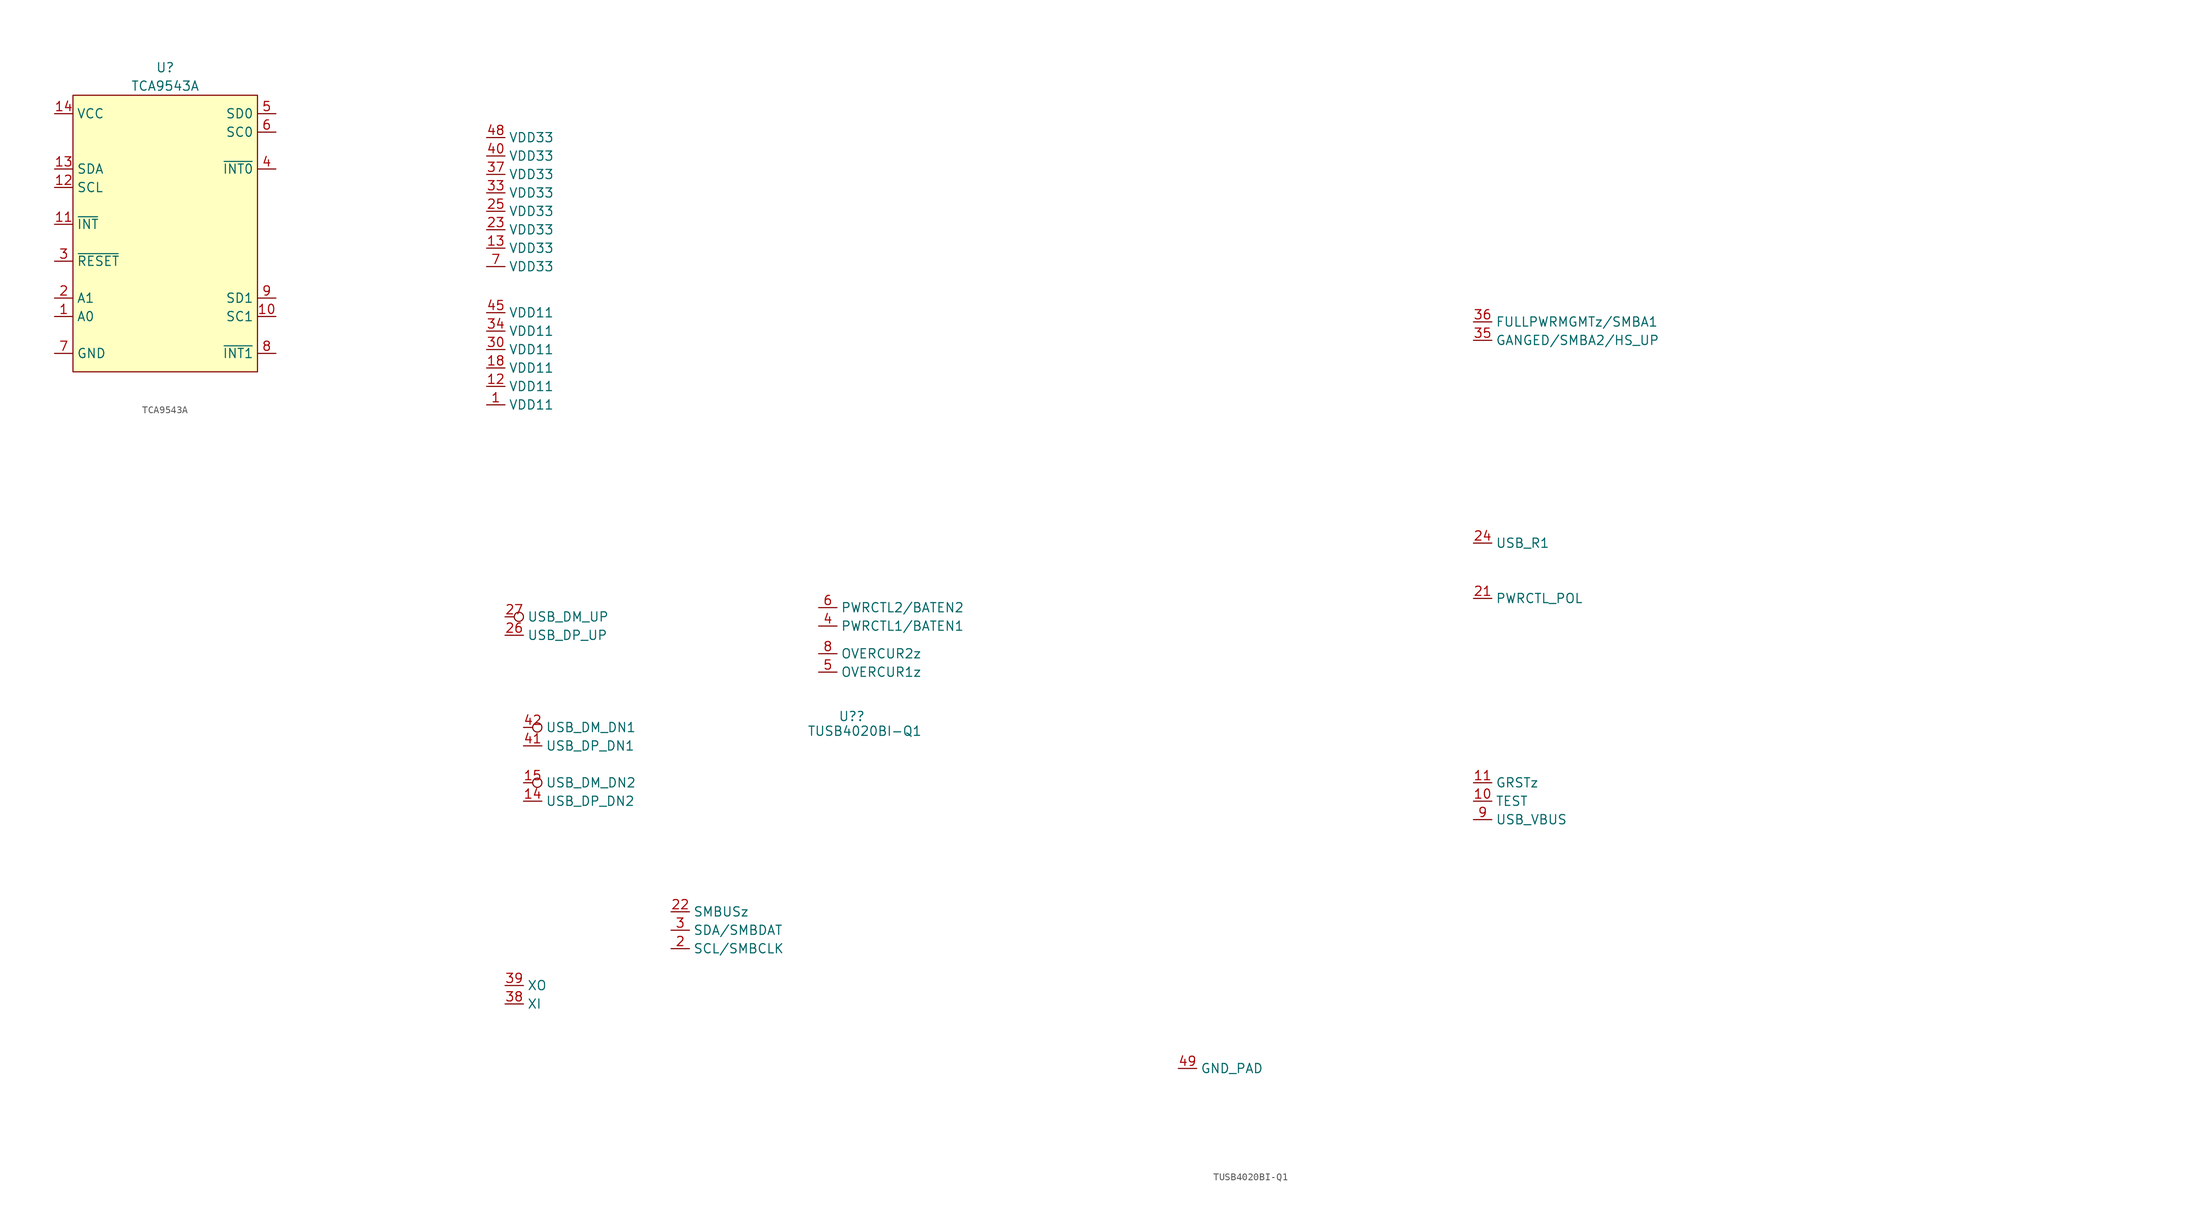
<source format=kicad_sym>
(kicad_symbol_lib
  (version 20241209)
  (generator "kicad_symbol_editor")
  (generator_version "9.0")
  (symbol "TCA9543A"
    (property "Reference" "U"
      (at 0 29.21 0)
      (do_not_autoplace)
      (effects (font (size 1.27 1.27))))
    (property "Value" "TCA9543A"
      (at 0 26.67 0)
      (do_not_autoplace)
      (effects (font (size 1.27 1.27))))
    (symbol "TCA9543A_0_0"
      (pin power_in line (at -15.24 22.86 0) (length 2.54) (name "VCC" (effects (font (size 1.27 1.27)))) (number "14" (effects (font (size 1.27 1.27)))))
      (pin bidirectional line (at -15.24 15.24 0) (length 2.54) (name "SDA" (effects (font (size 1.27 1.27)))) (number "13" (effects (font (size 1.27 1.27)))))
      (pin bidirectional line (at -15.24 12.7 0) (length 2.54) (name "SCL" (effects (font (size 1.27 1.27)))) (number "12" (effects (font (size 1.27 1.27)))))
      (pin output line (at -15.24 7.62 0) (length 2.54) (name "~{INT}" (effects (font (size 1.27 1.27)))) (number "11" (effects (font (size 1.27 1.27)))))
      (pin input line (at -15.24 2.54 0) (length 2.54) (name "~{RESET}" (effects (font (size 1.27 1.27)))) (number "3" (effects (font (size 1.27 1.27)))))
      (pin input line (at -15.24 -2.54 0) (length 2.54) (name "A1" (effects (font (size 1.27 1.27)))) (number "2" (effects (font (size 1.27 1.27)))))
      (pin input line (at -15.24 -5.08 0) (length 2.54) (name "A0" (effects (font (size 1.27 1.27)))) (number "1" (effects (font (size 1.27 1.27)))))
      (pin power_in line (at -15.24 -10.16 0) (length 2.54) (name "GND" (effects (font (size 1.27 1.27)))) (number "7" (effects (font (size 1.27 1.27)))))
      (pin bidirectional line (at 15.24 22.86 180) (length 2.54) (name "SD0" (effects (font (size 1.27 1.27)))) (number "5" (effects (font (size 1.27 1.27)))))
      (pin bidirectional line (at 15.24 20.32 180) (length 2.54) (name "SC0" (effects (font (size 1.27 1.27)))) (number "6" (effects (font (size 1.27 1.27)))))
      (pin input line (at 15.24 15.24 180) (length 2.54) (name "~{INT0}" (effects (font (size 1.27 1.27)))) (number "4" (effects (font (size 1.27 1.27)))))
      (pin bidirectional line (at 15.24 -2.54 180) (length 2.54) (name "SD1" (effects (font (size 1.27 1.27)))) (number "9" (effects (font (size 1.27 1.27)))))
      (pin bidirectional line (at 15.24 -5.08 180) (length 2.54) (name "SC1" (effects (font (size 1.27 1.27)))) (number "10" (effects (font (size 1.27 1.27)))))
      (pin input line (at 15.24 -10.16 180) (length 2.54) (name "~{INT1}" (effects (font (size 1.27 1.27)))) (number "8" (effects (font (size 1.27 1.27))))))
    (symbol "TCA9543A_1_1"
      (rectangle (start -12.7 25.4) (end 12.7 -12.7) (stroke (width 0) (type solid)) (fill (type background)))))
  (symbol "TUSB4020BI-Q1"
    (property "Reference" "U?"
      (at -24.638 18.034 0)
      (effects (font (size 1.27 1.27))))
    (property "Value" "TUSB4020BI-Q1"
      (at -22.86 16.002 0)
      (effects (font (size 1.27 1.27))))
    (symbol "TUSB4020BI-Q1_0_0"
      (pin unspecified line (at -74.93 97.79 0) (length 2.54) (name "VDD33" (effects (font (size 1.27 1.27)))) (number "48" (effects (font (size 1.27 1.27)))))
      (pin power_in line (at -74.93 95.25 0) (length 2.54) (name "VDD33" (effects (font (size 1.27 1.27)))) (number "40" (effects (font (size 1.27 1.27)))))
      (pin power_in line (at -74.93 92.71 0) (length 2.54) (name "VDD33" (effects (font (size 1.27 1.27)))) (number "37" (effects (font (size 1.27 1.27)))))
      (pin power_in line (at -74.93 90.17 0) (length 2.54) (name "VDD33" (effects (font (size 1.27 1.27)))) (number "33" (effects (font (size 1.27 1.27)))))
      (pin power_in line (at -74.93 87.63 0) (length 2.54) (name "VDD33" (effects (font (size 1.27 1.27)))) (number "25" (effects (font (size 1.27 1.27)))))
      (pin power_in line (at -74.93 85.09 0) (length 2.54) (name "VDD33" (effects (font (size 1.27 1.27)))) (number "23" (effects (font (size 1.27 1.27)))))
      (pin power_in line (at -74.93 82.55 0) (length 2.54) (name "VDD33" (effects (font (size 1.27 1.27)))) (number "13" (effects (font (size 1.27 1.27)))))
      (pin power_in line (at -74.93 80.01 0) (length 2.54) (name "VDD33" (effects (font (size 1.27 1.27)))) (number "7" (effects (font (size 1.27 1.27)))))
      (pin power_in line (at -74.93 73.66 0) (length 2.54) (name "VDD11" (effects (font (size 1.27 1.27)))) (number "45" (effects (font (size 1.27 1.27)))))
      (pin power_in line (at -74.93 71.12 0) (length 2.54) (name "VDD11" (effects (font (size 1.27 1.27)))) (number "34" (effects (font (size 1.27 1.27)))))
      (pin power_in line (at -74.93 68.58 0) (length 2.54) (name "VDD11" (effects (font (size 1.27 1.27)))) (number "30" (effects (font (size 1.27 1.27)))))
      (pin power_in line (at -74.93 66.04 0) (length 2.54) (name "VDD11" (effects (font (size 1.27 1.27)))) (number "18" (effects (font (size 1.27 1.27)))))
      (pin power_in line (at -74.93 63.5 0) (length 2.54) (name "VDD11" (effects (font (size 1.27 1.27)))) (number "12" (effects (font (size 1.27 1.27)))))
      (pin power_in line (at -74.93 60.96 0) (length 2.54) (name "VDD11" (effects (font (size 1.27 1.27)))) (number "1" (effects (font (size 1.27 1.27)))))
      (pin bidirectional inverted (at -72.39 31.75 0) (length 2.54) (name "USB_DM_UP" (effects (font (size 1.27 1.27)))) (number "27" (effects (font (size 1.27 1.27)))))
      (pin bidirectional line (at -72.39 29.21 0) (length 2.54) (name "USB_DP_UP" (effects (font (size 1.27 1.27)))) (number "26" (effects (font (size 1.27 1.27)))))
      (pin output line (at -72.39 -19.05 0) (length 2.54) (name "XO" (effects (font (size 1.27 1.27)))) (number "39" (effects (font (size 1.27 1.27)))))
      (pin input line (at -72.39 -21.59 0) (length 2.54) (name "XI" (effects (font (size 1.27 1.27)))) (number "38" (effects (font (size 1.27 1.27)))))
      (pin bidirectional inverted (at -69.85 16.51 0) (length 2.54) (name "USB_DM_DN1" (effects (font (size 1.27 1.27)))) (number "42" (effects (font (size 1.27 1.27)))))
      (pin bidirectional line (at -69.85 13.97 0) (length 2.54) (name "USB_DP_DN1" (effects (font (size 1.27 1.27)))) (number "41" (effects (font (size 1.27 1.27)))))
      (pin bidirectional inverted (at -69.85 8.89 0) (length 2.54) (name "USB_DM_DN2" (effects (font (size 1.27 1.27)))) (number "15" (effects (font (size 1.27 1.27)))))
      (pin bidirectional line (at -69.85 6.35 0) (length 2.54) (name "USB_DP_DN2" (effects (font (size 1.27 1.27)))) (number "14" (effects (font (size 1.27 1.27)))))
      (pin input line (at -49.53 -8.89 0) (length 2.54) (name "SMBUSz" (effects (font (size 1.27 1.27)))) (number "22" (effects (font (size 1.27 1.27)))))
      (pin bidirectional line (at -49.53 -11.43 0) (length 2.54) (name "SDA/SMBDAT" (effects (font (size 1.27 1.27)))) (number "3" (effects (font (size 1.27 1.27)))))
      (pin bidirectional line (at -49.53 -13.97 0) (length 2.54) (name "SCL/SMBCLK" (effects (font (size 1.27 1.27)))) (number "2" (effects (font (size 1.27 1.27)))))
      (pin bidirectional line (at -29.21 33.02 0) (length 2.54) (name "PWRCTL2/BATEN2" (effects (font (size 1.27 1.27)))) (number "6" (effects (font (size 1.27 1.27)))))
      (pin bidirectional line (at -29.21 30.48 0) (length 2.54) (name "PWRCTL1/BATEN1" (effects (font (size 1.27 1.27)))) (number "4" (effects (font (size 1.27 1.27)))))
      (pin input line (at -29.21 26.67 0) (length 2.54) (name "OVERCUR2z" (effects (font (size 1.27 1.27)))) (number "8" (effects (font (size 1.27 1.27)))))
      (pin input line (at -29.21 24.13 0) (length 2.54) (name "OVERCUR1z" (effects (font (size 1.27 1.27)))) (number "5" (effects (font (size 1.27 1.27)))))
      (pin unspecified line (at 20.32 -30.48 0) (length 2.54) (name "GND_PAD" (effects (font (size 1.27 1.27)))) (number "49" (effects (font (size 1.27 1.27)))))
      (pin input line (at 60.96 72.39 0) (length 2.54) (name "FULLPWRMGMTz/SMBA1" (effects (font (size 1.27 1.27)))) (number "36" (effects (font (size 1.27 1.27)))))
      (pin input line (at 60.96 69.85 0) (length 2.54) (name "GANGED/SMBA2/HS_UP" (effects (font (size 1.27 1.27)))) (number "35" (effects (font (size 1.27 1.27)))))
      (pin input line (at 60.96 41.91 0) (length 2.54) (name "USB_R1" (effects (font (size 1.27 1.27)))) (number "24" (effects (font (size 1.27 1.27)))))
      (pin bidirectional line (at 60.96 34.29 0) (length 2.54) (name "PWRCTL_POL" (effects (font (size 1.27 1.27)))) (number "21" (effects (font (size 1.27 1.27)))))
      (pin input line (at 60.96 8.89 0) (length 2.54) (name "GRSTz" (effects (font (size 1.27 1.27)))) (number "11" (effects (font (size 1.27 1.27)))))
      (pin input line (at 60.96 6.35 0) (length 2.54) (name "TEST" (effects (font (size 1.27 1.27)))) (number "10" (effects (font (size 1.27 1.27)))))
      (pin input line (at 60.96 3.81 0) (length 2.54) (name "USB_VBUS" (effects (font (size 1.27 1.27)))) (number "9" (effects (font (size 1.27 1.27))))))
    (symbol "TUSB4020BI-Q1_1_0"
      (pin no_connect line (at 133.35 57.15 0) (length 2.54) (hide yes) (name "RSVD" (effects (font (size 1.27 1.27)))) (number "47" (effects (font (size 1.27 1.27)))))
      (pin no_connect line (at 133.35 54.61 0) (length 2.54) (hide yes) (name "RSVD" (effects (font (size 1.27 1.27)))) (number "46" (effects (font (size 1.27 1.27)))))
      (pin no_connect line (at 133.35 49.53 0) (length 2.54) (hide yes) (name "RSVD" (effects (font (size 1.27 1.27)))) (number "44" (effects (font (size 1.27 1.27)))))
      (pin no_connect line (at 133.35 46.99 0) (length 2.54) (hide yes) (name "RSVD" (effects (font (size 1.27 1.27)))) (number "43" (effects (font (size 1.27 1.27)))))
      (pin no_connect line (at 133.35 43.18 0) (length 2.54) (hide yes) (name "RSVD" (effects (font (size 1.27 1.27)))) (number "32" (effects (font (size 1.27 1.27)))))
      (pin no_connect line (at 133.35 40.64 0) (length 2.54) (hide yes) (name "RSVD" (effects (font (size 1.27 1.27)))) (number "31" (effects (font (size 1.27 1.27)))))
      (pin no_connect line (at 133.35 35.56 0) (length 2.54) (hide yes) (name "RSVD" (effects (font (size 1.27 1.27)))) (number "29" (effects (font (size 1.27 1.27)))))
      (pin no_connect line (at 133.35 33.02 0) (length 2.54) (hide yes) (name "RSVD" (effects (font (size 1.27 1.27)))) (number "28" (effects (font (size 1.27 1.27)))))
      (pin no_connect line (at 133.35 12.7 0) (length 2.54) (hide yes) (name "RSVD" (effects (font (size 1.27 1.27)))) (number "20" (effects (font (size 1.27 1.27)))))
      (pin no_connect line (at 133.35 10.16 0) (length 2.54) (hide yes) (name "RSVD" (effects (font (size 1.27 1.27)))) (number "19" (effects (font (size 1.27 1.27)))))
      (pin no_connect line (at 133.35 5.08 0) (length 2.54) (hide yes) (name "RSVD" (effects (font (size 1.27 1.27)))) (number "17" (effects (font (size 1.27 1.27)))))
      (pin no_connect line (at 133.35 2.54 0) (length 2.54) (hide yes) (name "RSVD" (effects (font (size 1.27 1.27)))) (number "16" (effects (font (size 1.27 1.27))))))))
</source>
